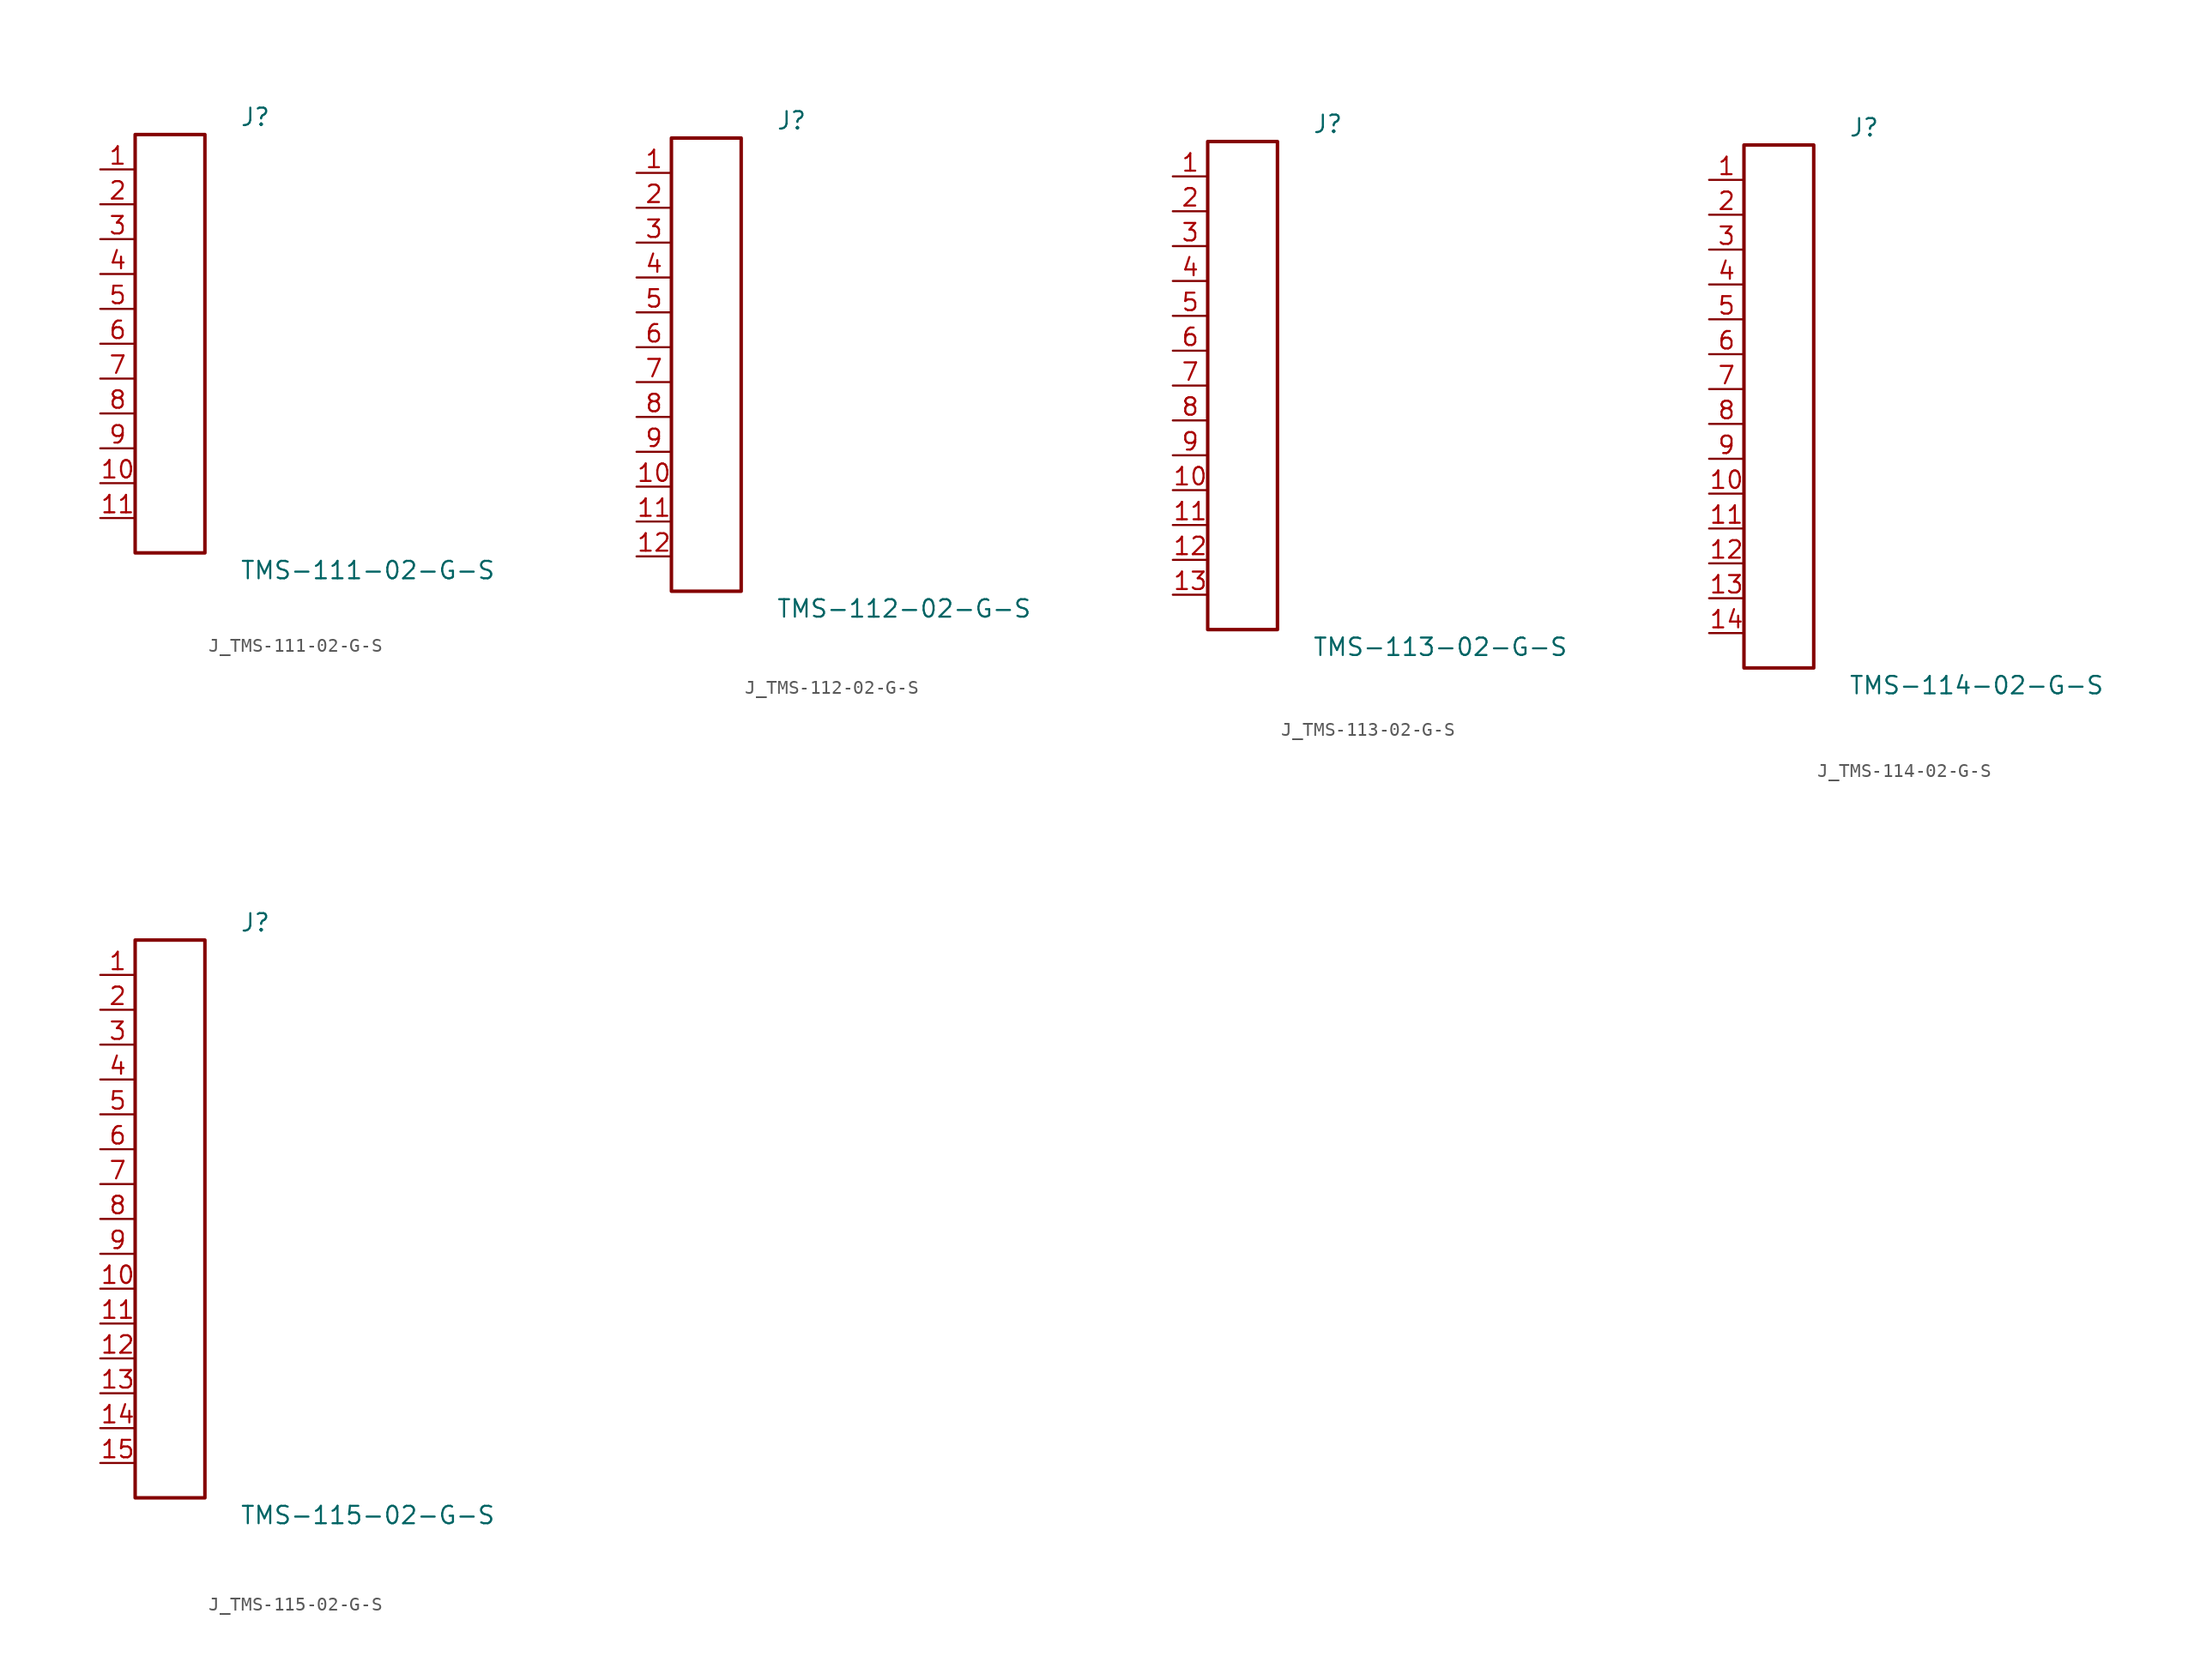
<source format=kicad_sym>
(kicad_symbol_lib
  (version 20231120)
  (generator kicad_symbol_editor)
  (generator_version 8.0)
  (symbol "J_TMS-111-02-G-S"
    (pin_names
      (offset 0.254))
    (property "Reference" "J"
      (at 5.08 16.51 0)
      (effects (font (size 1.27 1.27)) (justify left)))
    (property "Value" "TMS-111-02-G-S"
      (at 5.08 -16.51 0)
      (effects (font (size 1.27 1.27)) (justify left)))
    (symbol "J_TMS-111-02-G-S_0_0"
      (pin passive line (at -5.08 12.7 0) (length 2.54) (name "" (effects (font (size 1.27 1.27)))) (number "1" (effects (font (size 1.27 1.27)))))
      (pin passive line (at -5.08 10.16 0) (length 2.54) (name "" (effects (font (size 1.27 1.27)))) (number "2" (effects (font (size 1.27 1.27)))))
      (pin passive line (at -5.08 7.62 0) (length 2.54) (name "" (effects (font (size 1.27 1.27)))) (number "3" (effects (font (size 1.27 1.27)))))
      (pin passive line (at -5.08 5.08 0) (length 2.54) (name "" (effects (font (size 1.27 1.27)))) (number "4" (effects (font (size 1.27 1.27)))))
      (pin passive line (at -5.08 2.54 0) (length 2.54) (name "" (effects (font (size 1.27 1.27)))) (number "5" (effects (font (size 1.27 1.27)))))
      (pin passive line (at -5.08 0.0 0) (length 2.54) (name "" (effects (font (size 1.27 1.27)))) (number "6" (effects (font (size 1.27 1.27)))))
      (pin passive line (at -5.08 -2.54 0) (length 2.54) (name "" (effects (font (size 1.27 1.27)))) (number "7" (effects (font (size 1.27 1.27)))))
      (pin passive line (at -5.08 -5.08 0) (length 2.54) (name "" (effects (font (size 1.27 1.27)))) (number "8" (effects (font (size 1.27 1.27)))))
      (pin passive line (at -5.08 -7.62 0) (length 2.54) (name "" (effects (font (size 1.27 1.27)))) (number "9" (effects (font (size 1.27 1.27)))))
      (pin passive line (at -5.08 -10.16 0) (length 2.54) (name "" (effects (font (size 1.27 1.27)))) (number "10" (effects (font (size 1.27 1.27)))))
      (pin passive line (at -5.08 -12.7 0) (length 2.54) (name "" (effects (font (size 1.27 1.27)))) (number "11" (effects (font (size 1.27 1.27))))))
    (symbol "J_TMS-111-02-G-S_1_0"
      (rectangle (start -2.54 15.24) (end 2.54 -15.24) (stroke (width 0.254) (type solid)) (fill (type none)))))
  (symbol "J_TMS-112-02-G-S"
    (pin_names
      (offset 0.254))
    (property "Reference" "J"
      (at 5.08 17.78 0)
      (effects (font (size 1.27 1.27)) (justify left)))
    (property "Value" "TMS-112-02-G-S"
      (at 5.08 -17.78 0)
      (effects (font (size 1.27 1.27)) (justify left)))
    (symbol "J_TMS-112-02-G-S_0_0"
      (pin passive line (at -5.08 13.97 0) (length 2.54) (name "" (effects (font (size 1.27 1.27)))) (number "1" (effects (font (size 1.27 1.27)))))
      (pin passive line (at -5.08 11.43 0) (length 2.54) (name "" (effects (font (size 1.27 1.27)))) (number "2" (effects (font (size 1.27 1.27)))))
      (pin passive line (at -5.08 8.89 0) (length 2.54) (name "" (effects (font (size 1.27 1.27)))) (number "3" (effects (font (size 1.27 1.27)))))
      (pin passive line (at -5.08 6.35 0) (length 2.54) (name "" (effects (font (size 1.27 1.27)))) (number "4" (effects (font (size 1.27 1.27)))))
      (pin passive line (at -5.08 3.81 0) (length 2.54) (name "" (effects (font (size 1.27 1.27)))) (number "5" (effects (font (size 1.27 1.27)))))
      (pin passive line (at -5.08 1.27 0) (length 2.54) (name "" (effects (font (size 1.27 1.27)))) (number "6" (effects (font (size 1.27 1.27)))))
      (pin passive line (at -5.08 -1.27 0) (length 2.54) (name "" (effects (font (size 1.27 1.27)))) (number "7" (effects (font (size 1.27 1.27)))))
      (pin passive line (at -5.08 -3.81 0) (length 2.54) (name "" (effects (font (size 1.27 1.27)))) (number "8" (effects (font (size 1.27 1.27)))))
      (pin passive line (at -5.08 -6.35 0) (length 2.54) (name "" (effects (font (size 1.27 1.27)))) (number "9" (effects (font (size 1.27 1.27)))))
      (pin passive line (at -5.08 -8.89 0) (length 2.54) (name "" (effects (font (size 1.27 1.27)))) (number "10" (effects (font (size 1.27 1.27)))))
      (pin passive line (at -5.08 -11.43 0) (length 2.54) (name "" (effects (font (size 1.27 1.27)))) (number "11" (effects (font (size 1.27 1.27)))))
      (pin passive line (at -5.08 -13.97 0) (length 2.54) (name "" (effects (font (size 1.27 1.27)))) (number "12" (effects (font (size 1.27 1.27))))))
    (symbol "J_TMS-112-02-G-S_1_0"
      (rectangle (start -2.54 16.51) (end 2.54 -16.51) (stroke (width 0.254) (type solid)) (fill (type none)))))
  (symbol "J_TMS-113-02-G-S"
    (pin_names
      (offset 0.254))
    (property "Reference" "J"
      (at 5.08 19.05 0)
      (effects (font (size 1.27 1.27)) (justify left)))
    (property "Value" "TMS-113-02-G-S"
      (at 5.08 -19.05 0)
      (effects (font (size 1.27 1.27)) (justify left)))
    (symbol "J_TMS-113-02-G-S_0_0"
      (pin passive line (at -5.08 15.24 0) (length 2.54) (name "" (effects (font (size 1.27 1.27)))) (number "1" (effects (font (size 1.27 1.27)))))
      (pin passive line (at -5.08 12.7 0) (length 2.54) (name "" (effects (font (size 1.27 1.27)))) (number "2" (effects (font (size 1.27 1.27)))))
      (pin passive line (at -5.08 10.16 0) (length 2.54) (name "" (effects (font (size 1.27 1.27)))) (number "3" (effects (font (size 1.27 1.27)))))
      (pin passive line (at -5.08 7.62 0) (length 2.54) (name "" (effects (font (size 1.27 1.27)))) (number "4" (effects (font (size 1.27 1.27)))))
      (pin passive line (at -5.08 5.08 0) (length 2.54) (name "" (effects (font (size 1.27 1.27)))) (number "5" (effects (font (size 1.27 1.27)))))
      (pin passive line (at -5.08 2.54 0) (length 2.54) (name "" (effects (font (size 1.27 1.27)))) (number "6" (effects (font (size 1.27 1.27)))))
      (pin passive line (at -5.08 0.0 0) (length 2.54) (name "" (effects (font (size 1.27 1.27)))) (number "7" (effects (font (size 1.27 1.27)))))
      (pin passive line (at -5.08 -2.54 0) (length 2.54) (name "" (effects (font (size 1.27 1.27)))) (number "8" (effects (font (size 1.27 1.27)))))
      (pin passive line (at -5.08 -5.08 0) (length 2.54) (name "" (effects (font (size 1.27 1.27)))) (number "9" (effects (font (size 1.27 1.27)))))
      (pin passive line (at -5.08 -7.62 0) (length 2.54) (name "" (effects (font (size 1.27 1.27)))) (number "10" (effects (font (size 1.27 1.27)))))
      (pin passive line (at -5.08 -10.16 0) (length 2.54) (name "" (effects (font (size 1.27 1.27)))) (number "11" (effects (font (size 1.27 1.27)))))
      (pin passive line (at -5.08 -12.7 0) (length 2.54) (name "" (effects (font (size 1.27 1.27)))) (number "12" (effects (font (size 1.27 1.27)))))
      (pin passive line (at -5.08 -15.24 0) (length 2.54) (name "" (effects (font (size 1.27 1.27)))) (number "13" (effects (font (size 1.27 1.27))))))
    (symbol "J_TMS-113-02-G-S_1_0"
      (rectangle (start -2.54 17.78) (end 2.54 -17.78) (stroke (width 0.254) (type solid)) (fill (type none)))))
  (symbol "J_TMS-114-02-G-S"
    (pin_names
      (offset 0.254))
    (property "Reference" "J"
      (at 5.08 20.32 0)
      (effects (font (size 1.27 1.27)) (justify left)))
    (property "Value" "TMS-114-02-G-S"
      (at 5.08 -20.32 0)
      (effects (font (size 1.27 1.27)) (justify left)))
    (symbol "J_TMS-114-02-G-S_0_0"
      (pin passive line (at -5.08 16.51 0) (length 2.54) (name "" (effects (font (size 1.27 1.27)))) (number "1" (effects (font (size 1.27 1.27)))))
      (pin passive line (at -5.08 13.97 0) (length 2.54) (name "" (effects (font (size 1.27 1.27)))) (number "2" (effects (font (size 1.27 1.27)))))
      (pin passive line (at -5.08 11.43 0) (length 2.54) (name "" (effects (font (size 1.27 1.27)))) (number "3" (effects (font (size 1.27 1.27)))))
      (pin passive line (at -5.08 8.89 0) (length 2.54) (name "" (effects (font (size 1.27 1.27)))) (number "4" (effects (font (size 1.27 1.27)))))
      (pin passive line (at -5.08 6.35 0) (length 2.54) (name "" (effects (font (size 1.27 1.27)))) (number "5" (effects (font (size 1.27 1.27)))))
      (pin passive line (at -5.08 3.81 0) (length 2.54) (name "" (effects (font (size 1.27 1.27)))) (number "6" (effects (font (size 1.27 1.27)))))
      (pin passive line (at -5.08 1.27 0) (length 2.54) (name "" (effects (font (size 1.27 1.27)))) (number "7" (effects (font (size 1.27 1.27)))))
      (pin passive line (at -5.08 -1.27 0) (length 2.54) (name "" (effects (font (size 1.27 1.27)))) (number "8" (effects (font (size 1.27 1.27)))))
      (pin passive line (at -5.08 -3.81 0) (length 2.54) (name "" (effects (font (size 1.27 1.27)))) (number "9" (effects (font (size 1.27 1.27)))))
      (pin passive line (at -5.08 -6.35 0) (length 2.54) (name "" (effects (font (size 1.27 1.27)))) (number "10" (effects (font (size 1.27 1.27)))))
      (pin passive line (at -5.08 -8.89 0) (length 2.54) (name "" (effects (font (size 1.27 1.27)))) (number "11" (effects (font (size 1.27 1.27)))))
      (pin passive line (at -5.08 -11.43 0) (length 2.54) (name "" (effects (font (size 1.27 1.27)))) (number "12" (effects (font (size 1.27 1.27)))))
      (pin passive line (at -5.08 -13.97 0) (length 2.54) (name "" (effects (font (size 1.27 1.27)))) (number "13" (effects (font (size 1.27 1.27)))))
      (pin passive line (at -5.08 -16.51 0) (length 2.54) (name "" (effects (font (size 1.27 1.27)))) (number "14" (effects (font (size 1.27 1.27))))))
    (symbol "J_TMS-114-02-G-S_1_0"
      (rectangle (start -2.54 19.05) (end 2.54 -19.05) (stroke (width 0.254) (type solid)) (fill (type none)))))
  (symbol "J_TMS-115-02-G-S"
    (pin_names
      (offset 0.254))
    (property "Reference" "J"
      (at 5.08 21.59 0)
      (effects (font (size 1.27 1.27)) (justify left)))
    (property "Value" "TMS-115-02-G-S"
      (at 5.08 -21.59 0)
      (effects (font (size 1.27 1.27)) (justify left)))
    (symbol "J_TMS-115-02-G-S_0_0"
      (pin passive line (at -5.08 17.78 0) (length 2.54) (name "" (effects (font (size 1.27 1.27)))) (number "1" (effects (font (size 1.27 1.27)))))
      (pin passive line (at -5.08 15.24 0) (length 2.54) (name "" (effects (font (size 1.27 1.27)))) (number "2" (effects (font (size 1.27 1.27)))))
      (pin passive line (at -5.08 12.7 0) (length 2.54) (name "" (effects (font (size 1.27 1.27)))) (number "3" (effects (font (size 1.27 1.27)))))
      (pin passive line (at -5.08 10.16 0) (length 2.54) (name "" (effects (font (size 1.27 1.27)))) (number "4" (effects (font (size 1.27 1.27)))))
      (pin passive line (at -5.08 7.62 0) (length 2.54) (name "" (effects (font (size 1.27 1.27)))) (number "5" (effects (font (size 1.27 1.27)))))
      (pin passive line (at -5.08 5.08 0) (length 2.54) (name "" (effects (font (size 1.27 1.27)))) (number "6" (effects (font (size 1.27 1.27)))))
      (pin passive line (at -5.08 2.54 0) (length 2.54) (name "" (effects (font (size 1.27 1.27)))) (number "7" (effects (font (size 1.27 1.27)))))
      (pin passive line (at -5.08 0.0 0) (length 2.54) (name "" (effects (font (size 1.27 1.27)))) (number "8" (effects (font (size 1.27 1.27)))))
      (pin passive line (at -5.08 -2.54 0) (length 2.54) (name "" (effects (font (size 1.27 1.27)))) (number "9" (effects (font (size 1.27 1.27)))))
      (pin passive line (at -5.08 -5.08 0) (length 2.54) (name "" (effects (font (size 1.27 1.27)))) (number "10" (effects (font (size 1.27 1.27)))))
      (pin passive line (at -5.08 -7.62 0) (length 2.54) (name "" (effects (font (size 1.27 1.27)))) (number "11" (effects (font (size 1.27 1.27)))))
      (pin passive line (at -5.08 -10.16 0) (length 2.54) (name "" (effects (font (size 1.27 1.27)))) (number "12" (effects (font (size 1.27 1.27)))))
      (pin passive line (at -5.08 -12.7 0) (length 2.54) (name "" (effects (font (size 1.27 1.27)))) (number "13" (effects (font (size 1.27 1.27)))))
      (pin passive line (at -5.08 -15.24 0) (length 2.54) (name "" (effects (font (size 1.27 1.27)))) (number "14" (effects (font (size 1.27 1.27)))))
      (pin passive line (at -5.08 -17.78 0) (length 2.54) (name "" (effects (font (size 1.27 1.27)))) (number "15" (effects (font (size 1.27 1.27))))))
    (symbol "J_TMS-115-02-G-S_1_0"
      (rectangle (start -2.54 20.32) (end 2.54 -20.32) (stroke (width 0.254) (type solid)) (fill (type none))))))
</source>
